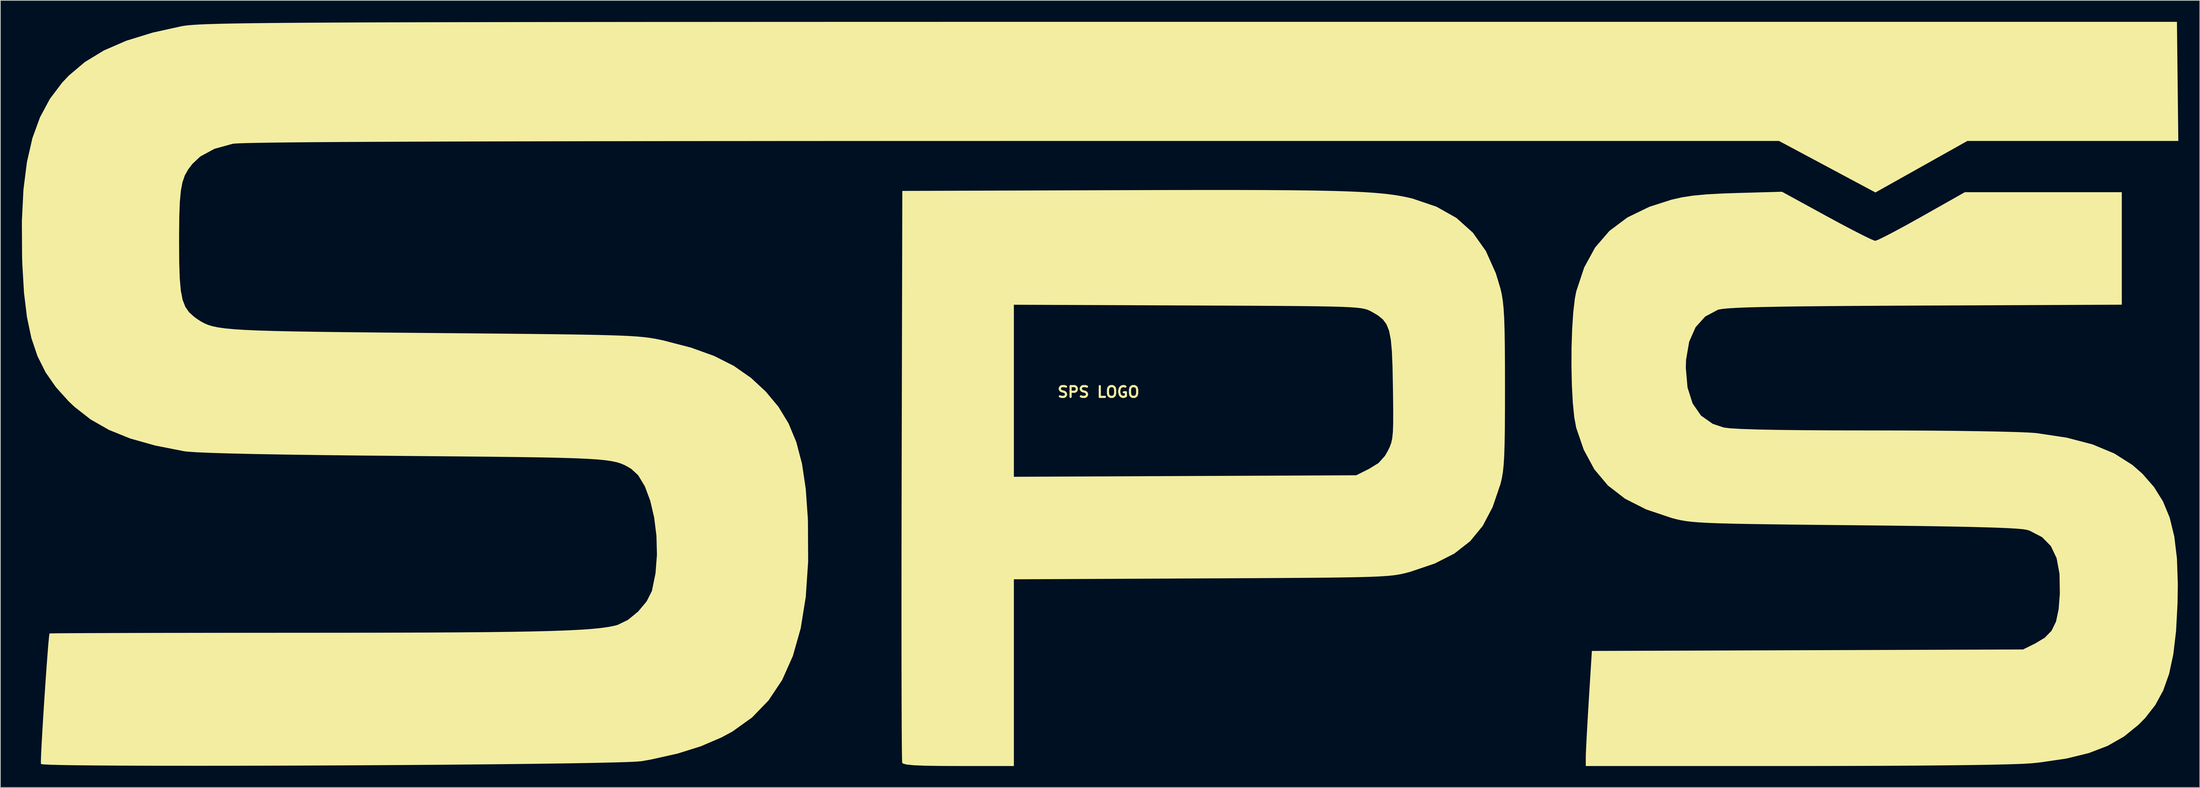
<source format=kicad_pcb>
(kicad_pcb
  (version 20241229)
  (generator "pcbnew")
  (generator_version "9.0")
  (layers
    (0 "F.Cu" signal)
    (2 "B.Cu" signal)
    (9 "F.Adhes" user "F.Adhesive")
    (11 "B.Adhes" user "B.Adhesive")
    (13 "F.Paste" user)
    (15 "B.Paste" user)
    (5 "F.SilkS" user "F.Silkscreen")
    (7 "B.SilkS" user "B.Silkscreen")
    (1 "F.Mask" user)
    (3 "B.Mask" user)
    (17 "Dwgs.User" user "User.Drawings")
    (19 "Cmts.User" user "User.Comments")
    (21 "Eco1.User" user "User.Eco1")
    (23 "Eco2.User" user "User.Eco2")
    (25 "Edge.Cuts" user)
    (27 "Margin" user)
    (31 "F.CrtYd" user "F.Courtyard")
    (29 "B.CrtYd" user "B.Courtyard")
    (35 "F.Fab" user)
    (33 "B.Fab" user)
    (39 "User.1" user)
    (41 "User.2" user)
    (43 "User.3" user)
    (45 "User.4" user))
  (footprint "SPS LOGO"
    (layer "F.Cu")
    (at 150.183 51.694)
    (property "Reference" "SPS LOGO" (at 0 0 0) (layer "F.SilkS") (effects (font (size 1.5 1.5) (thickness 0.3))))
    (attr board_only exclude_from_pos_files exclude_from_bom)
    (fp_poly (pts (xy 19.193 -28.213) (xy 23.307 -28.201) (xy 26.894 -28.175) (xy 30.002 -28.136) (xy 32.677 -28.08) (xy 34.967 -28.008) (xy 36.92 -27.918) (xy 38.582 -27.807) (xy 40.001 -27.676) (xy 41.223 -27.522) (xy 42.297 -27.344) (xy 43.268 -27.141) (xy 43.835 -27.003) (xy 47.151 -25.876) (xy 49.933 -24.306) (xy 52.216 -22.255) (xy 54.036 -19.688) (xy 55.43 -16.567) (xy 56.075 -14.421) (xy 56.255 -13.621) (xy 56.398 -12.727) (xy 56.508 -11.65) (xy 56.589 -10.299) (xy 56.644 -8.585) (xy 56.678 -6.416) (xy 56.696 -3.703) (xy 56.701 -0.715) (xy 56.697 2.533) (xy 56.68 5.157) (xy 56.647 7.244) (xy 56.594 8.885) (xy 56.515 10.169) (xy 56.408 11.187) (xy 56.267 12.028) (xy 56.088 12.782) (xy 56.062 12.879) (xy 54.976 16.07) (xy 53.597 18.696) (xy 51.844 20.834) (xy 49.639 22.56) (xy 46.902 23.953) (xy 43.553 25.088) (xy 43.466 25.113) (xy 42.911 25.263) (xy 42.369 25.394) (xy 41.787 25.506) (xy 41.111 25.602) (xy 40.287 25.683) (xy 39.262 25.75) (xy 37.982 25.806) (xy 36.393 25.852) (xy 34.443 25.89) (xy 32.076 25.922) (xy 29.24 25.949) (xy 25.88 25.972) (xy 21.944 25.995) (xy 17.377 26.017) (xy 14.399 26.031) (xy -11.806 26.154) (xy -11.806 39.192) (xy -11.806 52.231) (xy -19.508 52.231) (xy -22.213 52.22) (xy -24.27 52.186) (xy -25.748 52.125) (xy -26.715 52.031) (xy -27.239 51.903) (xy -27.382 51.784) (xy -27.403 51.373) (xy -27.423 50.294) (xy -27.44 48.591) (xy -27.454 46.311) (xy -27.465 43.5) (xy -27.474 40.204) (xy -27.48 36.47) (xy -27.483 32.343) (xy -27.482 27.87) (xy -27.479 23.097) (xy -27.472 18.069) (xy -27.462 12.834) (xy -27.46 11.627) (xy -27.404 -12.187) (xy -11.806 -12.187) (xy -11.806 -0.174) (xy -11.806 11.839) (xy 12.074 11.733) (xy 35.954 11.627) (xy 37.742 10.732) (xy 39.061 9.918) (xy 39.957 8.917) (xy 40.353 8.228) (xy 40.63 7.655) (xy 40.834 7.097) (xy 40.975 6.443) (xy 41.062 5.58) (xy 41.104 4.395) (xy 41.109 2.776) (xy 41.087 0.611) (xy 41.068 -0.715) (xy 41.014 -3.507) (xy 40.924 -5.681) (xy 40.771 -7.335) (xy 40.526 -8.567) (xy 40.163 -9.473) (xy 39.654 -10.153) (xy 38.971 -10.703) (xy 38.1 -11.214) (xy 37.808 -11.365) (xy 37.499 -11.495) (xy 37.121 -11.606) (xy 36.619 -11.7) (xy 35.941 -11.778) (xy 35.033 -11.843) (xy 33.842 -11.896) (xy 32.316 -11.938) (xy 30.4 -11.972) (xy 28.043 -12) (xy 25.189 -12.023) (xy 21.788 -12.044) (xy 17.784 -12.063) (xy 13.125 -12.083) (xy 12.432 -12.086) (xy -11.806 -12.187) (xy -27.404 -12.187) (xy -27.368 -28.083) (xy 3.22 -28.188) (xy 9.197 -28.205) (xy 14.505 -28.214)) (stroke (width 0) (type solid)) (fill yes) (layer "F.SilkS"))
    (fp_poly (pts (xy 101.6 -24.54) (xy 103.54 -23.491) (xy 105.285 -22.571) (xy 106.731 -21.833) (xy 107.774 -21.33) (xy 108.312 -21.115) (xy 108.344 -21.11) (xy 108.793 -21.279) (xy 109.758 -21.749) (xy 111.134 -22.468) (xy 112.816 -23.379) (xy 114.7 -24.428) (xy 114.837 -24.506) (xy 120.847 -27.904) (xy 131.794 -27.904) (xy 142.741 -27.904) (xy 142.741 -20.048) (xy 142.741 -12.193) (xy 115.284 -12.074) (xy 109.934 -12.049) (xy 105.258 -12.021) (xy 101.213 -11.989) (xy 97.758 -11.954) (xy 94.849 -11.913) (xy 92.444 -11.867) (xy 90.502 -11.814) (xy 88.981 -11.753) (xy 87.837 -11.683) (xy 87.03 -11.605) (xy 86.517 -11.516) (xy 86.4 -11.483) (xy 84.627 -10.538) (xy 83.285 -9.041) (xy 82.391 -7.022) (xy 81.962 -4.513) (xy 81.924 -3.399) (xy 82.161 -0.638) (xy 82.869 1.594) (xy 84.044 3.292) (xy 85.684 4.449) (xy 87.218 4.96) (xy 88.083 5.067) (xy 89.607 5.157) (xy 91.8 5.231) (xy 94.671 5.289) (xy 98.23 5.33) (xy 102.484 5.356) (xy 107.444 5.366) (xy 108.25 5.366) (xy 112.222 5.373) (xy 116.016 5.394) (xy 119.557 5.427) (xy 122.768 5.472) (xy 125.573 5.526) (xy 127.897 5.588) (xy 129.664 5.658) (xy 130.797 5.734) (xy 130.86 5.741) (xy 135.056 6.374) (xy 138.649 7.314) (xy 141.69 8.581) (xy 144.232 10.195) (xy 145.627 11.424) (xy 147.229 13.262) (xy 148.486 15.272) (xy 149.422 17.544) (xy 150.063 20.171) (xy 150.433 23.242) (xy 150.556 26.849) (xy 150.517 29.48) (xy 150.313 33.348) (xy 149.93 36.61) (xy 149.339 39.364) (xy 148.508 41.703) (xy 147.408 43.723) (xy 146.006 45.52) (xy 145.067 46.475) (xy 143.055 48.107) (xy 140.775 49.413) (xy 138.127 50.428) (xy 135.014 51.188) (xy 131.333 51.729) (xy 130.166 51.848) (xy 129.021 51.92) (xy 127.201 51.985) (xy 124.748 52.044) (xy 121.703 52.095) (xy 118.107 52.139) (xy 114.002 52.175) (xy 109.427 52.202) (xy 104.426 52.22) (xy 99.038 52.229) (xy 97.039 52.23) (xy 67.972 52.231) (xy 67.968 51.068) (xy 67.989 50.35) (xy 68.049 49.053) (xy 68.141 47.312) (xy 68.258 45.261) (xy 68.392 43.036) (xy 68.392 43.032) (xy 68.821 36.159) (xy 98.894 36.056) (xy 128.968 35.954) (xy 130.653 35.123) (xy 131.996 34.314) (xy 132.945 33.335) (xy 133.569 32.05) (xy 133.932 30.324) (xy 134.098 28.163) (xy 134.053 25.4) (xy 133.648 23.207) (xy 132.85 21.52) (xy 131.626 20.271) (xy 129.941 19.394) (xy 129.583 19.27) (xy 129.035 19.169) (xy 128.013 19.078) (xy 126.488 18.993) (xy 124.427 18.916) (xy 121.801 18.845) (xy 118.579 18.779) (xy 114.73 18.717) (xy 110.224 18.658) (xy 105.535 18.607) (xy 100.93 18.56) (xy 96.981 18.517) (xy 93.631 18.475) (xy 90.82 18.433) (xy 88.49 18.388) (xy 86.582 18.337) (xy 85.038 18.279) (xy 83.798 18.211) (xy 82.804 18.13) (xy 81.998 18.035) (xy 81.321 17.923) (xy 80.713 17.791) (xy 80.117 17.638) (xy 79.956 17.594) (xy 76.399 16.399) (xy 73.454 14.906) (xy 71.06 13.055) (xy 69.157 10.79) (xy 67.684 8.053) (xy 66.639 5.008) (xy 66.366 3.547) (xy 66.164 1.535) (xy 66.033 -0.867) (xy 65.974 -3.497) (xy 65.986 -6.193) (xy 66.07 -8.795) (xy 66.225 -11.142) (xy 66.451 -13.072) (xy 66.645 -14.064) (xy 67.744 -17.381) (xy 69.268 -20.176) (xy 71.263 -22.493) (xy 73.773 -24.375) (xy 76.844 -25.866) (xy 79.956 -26.864) (xy 81.373 -27.185) (xy 82.935 -27.426) (xy 84.795 -27.601) (xy 87.109 -27.726) (xy 89.079 -27.792) (xy 95.339 -27.967)) (stroke (width 0) (type solid)) (fill yes) (layer "F.SilkS"))
    (fp_poly (pts (xy 150.528 -43.377) (xy 150.624 -35.059) (xy 135.91 -35.059) (xy 121.196 -35.059) (xy 114.785 -31.463) (xy 108.375 -27.866) (xy 101.653 -31.463) (xy 94.93 -35.059) (xy -11.855 -35.059) (xy -23.333 -35.058) (xy -34.108 -35.055) (xy -44.189 -35.051) (xy -53.59 -35.044) (xy -62.322 -35.035) (xy -70.395 -35.024) (xy -77.822 -35.011) (xy -84.614 -34.996) (xy -90.782 -34.979) (xy -96.339 -34.959) (xy -101.295 -34.937) (xy -105.662 -34.913) (xy -109.451 -34.887) (xy -112.675 -34.858) (xy -115.344 -34.827) (xy -117.47 -34.793) (xy -119.065 -34.756) (xy -120.14 -34.717) (xy -120.706 -34.676) (xy -120.752 -34.669) (xy -123.317 -33.962) (xy -125.293 -32.89) (xy -126.388 -31.864) (xy -126.984 -31.084) (xy -127.44 -30.272) (xy -127.773 -29.32) (xy -128.003 -28.12) (xy -128.146 -26.564) (xy -128.223 -24.545) (xy -128.251 -21.956) (xy -128.252 -20.928) (xy -128.233 -18.084) (xy -128.159 -15.855) (xy -128.007 -14.144) (xy -127.753 -12.85) (xy -127.373 -11.875) (xy -126.842 -11.12) (xy -126.137 -10.486) (xy -125.644 -10.137) (xy -125.197 -9.85) (xy -124.74 -9.598) (xy -124.227 -9.379) (xy -123.607 -9.189) (xy -122.834 -9.027) (xy -121.857 -8.888) (xy -120.63 -8.771) (xy -119.104 -8.672) (xy -117.23 -8.589) (xy -114.959 -8.52) (xy -112.245 -8.46) (xy -109.037 -8.407) (xy -105.288 -8.36) (xy -100.95 -8.314) (xy -95.973 -8.267) (xy -92.656 -8.237) (xy -87.467 -8.19) (xy -82.941 -8.148) (xy -79.025 -8.107) (xy -75.668 -8.068) (xy -72.817 -8.027) (xy -70.42 -7.983) (xy -68.424 -7.935) (xy -66.776 -7.881) (xy -65.425 -7.818) (xy -64.319 -7.746) (xy -63.404 -7.663) (xy -62.628 -7.566) (xy -61.94 -7.455) (xy -61.286 -7.327) (xy -60.65 -7.189) (xy -56.842 -6.199) (xy -53.622 -5.039) (xy -50.871 -3.649) (xy -48.47 -1.969) (xy -46.416 -0.062) (xy -44.646 2.062) (xy -43.234 4.387) (xy -42.149 7.01) (xy -41.36 10.024) (xy -40.838 13.525) (xy -40.55 17.606) (xy -40.531 18.103) (xy -40.502 23.66) (xy -40.836 28.622) (xy -41.544 33.015) (xy -42.636 36.868) (xy -44.123 40.207) (xy -46.017 43.06) (xy -48.329 45.454) (xy -51.069 47.417) (xy -52.589 48.238) (xy -55.497 49.483) (xy -58.718 50.494) (xy -62.421 51.321) (xy -63.734 51.555) (xy -64.438 51.616) (xy -65.776 51.676) (xy -67.696 51.733) (xy -70.144 51.789) (xy -73.064 51.842) (xy -76.403 51.892) (xy -80.106 51.94) (xy -84.12 51.984) (xy -88.389 52.025) (xy -92.859 52.062) (xy -97.478 52.095) (xy -102.189 52.124) (xy -106.938 52.149) (xy -111.673 52.169) (xy -116.337 52.183) (xy -120.878 52.193) (xy -125.24 52.197) (xy -129.37 52.195) (xy -133.213 52.188) (xy -136.714 52.174) (xy -139.821 52.153) (xy -142.477 52.126) (xy -144.63 52.092) (xy -146.225 52.05) (xy -147.207 52.001) (xy -147.523 51.95) (xy -147.532 51.557) (xy -147.497 50.567) (xy -147.423 49.098) (xy -147.32 47.268) (xy -147.194 45.193) (xy -147.053 42.991) (xy -146.905 40.779) (xy -146.757 38.674) (xy -146.618 36.793) (xy -146.495 35.255) (xy -146.394 34.176) (xy -146.335 33.718) (xy -145.983 33.705) (xy -144.964 33.693) (xy -143.326 33.681) (xy -141.119 33.67) (xy -138.389 33.66) (xy -135.187 33.65) (xy -131.56 33.642) (xy -127.557 33.635) (xy -123.226 33.63) (xy -118.615 33.626) (xy -113.774 33.623) (xy -111.349 33.622) (xy -104.879 33.619) (xy -99.084 33.609) (xy -93.925 33.592) (xy -89.36 33.567) (xy -85.35 33.533) (xy -81.855 33.489) (xy -78.834 33.434) (xy -76.247 33.367) (xy -74.054 33.287) (xy -72.215 33.193) (xy -70.689 33.084) (xy -69.437 32.959) (xy -68.418 32.817) (xy -67.592 32.657) (xy -67.079 32.525) (xy -65.639 31.825) (xy -64.219 30.659) (xy -63.036 29.247) (xy -62.309 27.806) (xy -62.285 27.724) (xy -61.793 25.309) (xy -61.594 22.72) (xy -61.664 20.085) (xy -61.983 17.531) (xy -62.529 15.184) (xy -63.28 13.172) (xy -64.215 11.622) (xy -65.175 10.739) (xy -65.641 10.458) (xy -66.095 10.213) (xy -66.587 10) (xy -67.166 9.817) (xy -67.884 9.661) (xy -68.788 9.529) (xy -69.929 9.418) (xy -71.356 9.326) (xy -73.12 9.249) (xy -75.269 9.185) (xy -77.854 9.131) (xy -80.925 9.084) (xy -84.53 9.041) (xy -88.719 9) (xy -93.544 8.957) (xy -96.949 8.928) (xy -103.078 8.87) (xy -108.547 8.807) (xy -113.347 8.739) (xy -117.471 8.667) (xy -120.913 8.589) (xy -123.666 8.507) (xy -125.721 8.42) (xy -127.072 8.33) (xy -127.537 8.274) (xy -131.607 7.471) (xy -135.075 6.491) (xy -138.04 5.29) (xy -140.604 3.825) (xy -142.866 2.052) (xy -143.668 1.288) (xy -145.434 -0.673) (xy -146.866 -2.732) (xy -147.996 -4.987) (xy -148.856 -7.533) (xy -149.475 -10.468) (xy -149.887 -13.89) (xy -150.122 -17.896) (xy -150.153 -18.857) (xy -150.183 -23.864) (xy -149.964 -28.257) (xy -149.479 -32.099) (xy -148.713 -35.452) (xy -147.648 -38.379) (xy -146.271 -40.942) (xy -144.563 -43.204) (xy -143.641 -44.182) (xy -141.39 -46.086) (xy -138.738 -47.7) (xy -135.609 -49.058) (xy -131.929 -50.192) (xy -127.943 -51.075) (xy -127.632 -51.129) (xy -127.266 -51.179) (xy -126.822 -51.226) (xy -126.28 -51.27) (xy -125.616 -51.311) (xy -124.812 -51.35) (xy -123.843 -51.386) (xy -122.69 -51.419) (xy -121.331 -51.45) (xy -119.744 -51.478) (xy -117.909 -51.504) (xy -115.802 -51.528) (xy -113.403 -51.55) (xy -110.691 -51.57) (xy -107.644 -51.588) (xy -104.241 -51.604) (xy -100.459 -51.619) (xy -96.278 -51.632) (xy -91.677 -51.643) (xy -86.633 -51.653) (xy -81.125 -51.662) (xy -75.132 -51.669) (xy -68.632 -51.675) (xy -61.605 -51.68) (xy -54.027 -51.684) (xy -45.879 -51.688) (xy -37.138 -51.69) (xy -27.783 -51.692) (xy -17.792 -51.693) (xy -7.145 -51.694) (xy 4.181 -51.694) (xy 12.879 -51.694) (xy 150.432 -51.694)) (stroke (width 0) (type solid)) (fill yes) (layer "F.SilkS")))
  (gr_rect
    (start -3 -3)
    (end 303.807 106.925)
    (stroke (width 0.1) (type default))
    (fill no)
    (layer "Edge.Cuts")))
</source>
